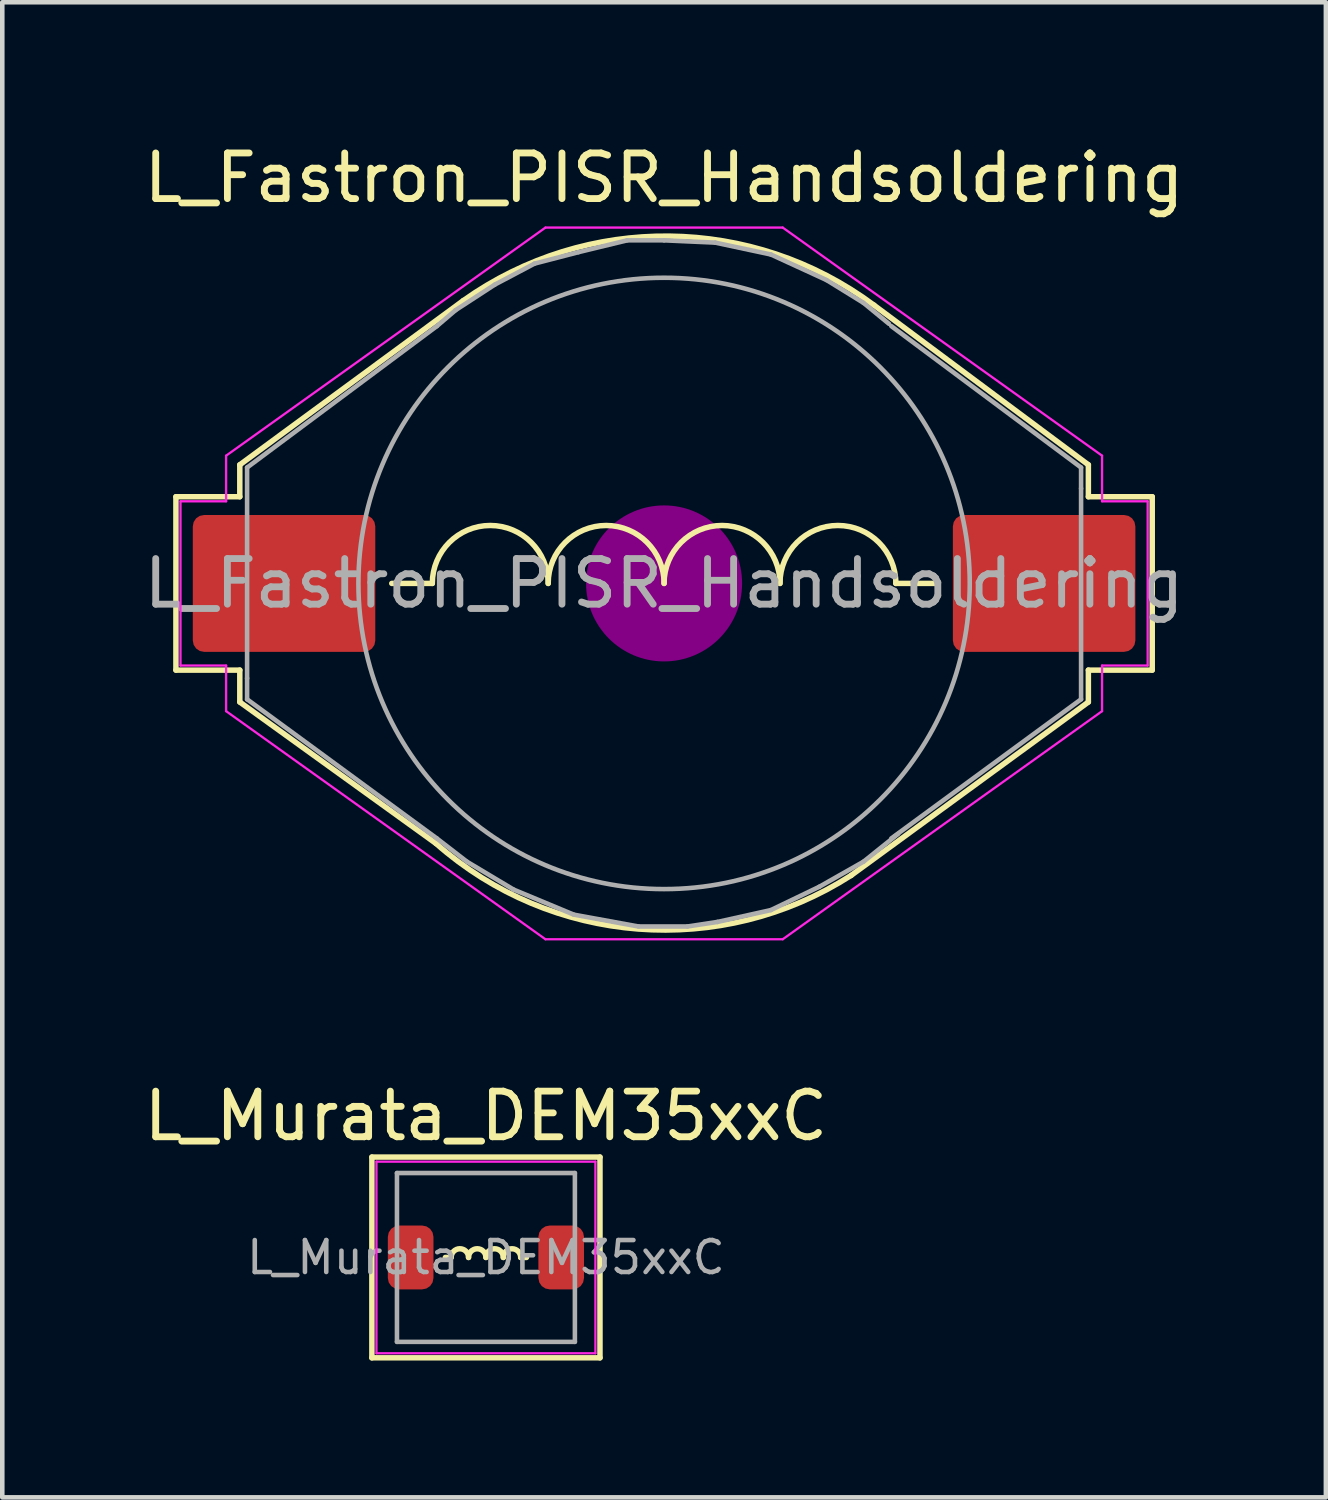
<source format=kicad_pcb>
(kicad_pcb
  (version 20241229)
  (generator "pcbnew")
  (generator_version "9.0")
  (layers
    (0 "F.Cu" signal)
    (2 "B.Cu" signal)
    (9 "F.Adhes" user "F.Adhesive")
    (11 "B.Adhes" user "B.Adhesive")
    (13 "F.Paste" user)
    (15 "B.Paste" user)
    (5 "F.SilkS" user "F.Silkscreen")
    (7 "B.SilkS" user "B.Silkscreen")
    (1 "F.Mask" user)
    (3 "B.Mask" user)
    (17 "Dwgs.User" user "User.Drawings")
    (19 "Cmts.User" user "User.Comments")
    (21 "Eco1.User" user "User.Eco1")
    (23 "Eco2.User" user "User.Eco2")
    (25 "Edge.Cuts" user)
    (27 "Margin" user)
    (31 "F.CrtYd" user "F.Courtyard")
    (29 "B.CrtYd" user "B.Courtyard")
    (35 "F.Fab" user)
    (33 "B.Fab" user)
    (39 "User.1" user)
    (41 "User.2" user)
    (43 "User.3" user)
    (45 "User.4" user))
  (footprint "L_Fastron_PISR_Handsoldering"
    (layer "F.Cu")
    (at 11.506 9.738)
    (property "Reference" "L_Fastron_PISR_Handsoldering" (at 0 -8.89 0) (layer "F.SilkS") (effects (font (size 1 1) (thickness 0.15))))
    (attr smd)
    (fp_line (start -10.7 -1.9) (end -10.7 1.9) (stroke (width 0.12) (type solid)) (layer "F.SilkS"))
    (fp_line (start -10.7 1.9) (end -9.3 1.9) (stroke (width 0.12) (type solid)) (layer "F.SilkS"))
    (fp_line (start -9.3 -2.6) (end -9.3 -1.9) (stroke (width 0.12) (type solid)) (layer "F.SilkS"))
    (fp_line (start -9.3 -2.6) (end -4.4 -6.2) (stroke (width 0.12) (type solid)) (layer "F.SilkS"))
    (fp_line (start -9.3 -1.9) (end -10.7 -1.9) (stroke (width 0.12) (type solid)) (layer "F.SilkS"))
    (fp_line (start -9.3 2.6) (end -9.3 1.9) (stroke (width 0.12) (type solid)) (layer "F.SilkS"))
    (fp_line (start -5.08 0) (end -5.969 0) (stroke (width 0.12) (type solid)) (layer "F.SilkS"))
    (fp_line (start -5 5.7) (end -9.3 2.6) (stroke (width 0.12) (type solid)) (layer "F.SilkS"))
    (fp_line (start 4.1 6.4) (end 9.3 2.6) (stroke (width 0.12) (type solid)) (layer "F.SilkS"))
    (fp_line (start 4.6 -6.1) (end 9.3 -2.6) (stroke (width 0.12) (type solid)) (layer "F.SilkS"))
    (fp_line (start 5.969 0) (end 5.08 0) (stroke (width 0.12) (type solid)) (layer "F.SilkS"))
    (fp_line (start 9.3 -2.6) (end 9.3 -1.9) (stroke (width 0.12) (type solid)) (layer "F.SilkS"))
    (fp_line (start 9.3 -1.9) (end 10.7 -1.9) (stroke (width 0.12) (type solid)) (layer "F.SilkS"))
    (fp_line (start 9.3 2.6) (end 9.3 1.9) (stroke (width 0.12) (type solid)) (layer "F.SilkS"))
    (fp_line (start 10.7 -1.9) (end 10.7 1.9) (stroke (width 0.12) (type solid)) (layer "F.SilkS"))
    (fp_line (start 10.7 1.9) (end 9.3 1.9) (stroke (width 0.12) (type solid)) (layer "F.SilkS"))
    (fp_arc (start -5.08 0) (mid -3.81 -1.27) (end -2.54 0) (stroke (width 0.12) (type solid)) (layer "F.SilkS"))
    (fp_arc (start -4.4 -6.2) (mid 0.116249 -7.612436) (end 4.6 -6.1) (stroke (width 0.12) (type solid)) (layer "F.SilkS"))
    (fp_arc (start -2.54 0) (mid -1.27 -1.27) (end 0 0) (stroke (width 0.12) (type solid)) (layer "F.SilkS"))
    (fp_arc (start 0 0) (mid 1.27 -1.27) (end 2.54 0) (stroke (width 0.12) (type solid)) (layer "F.SilkS"))
    (fp_arc (start 2.54 0) (mid 3.81 -1.27) (end 5.08 0) (stroke (width 0.12) (type solid)) (layer "F.SilkS"))
    (fp_arc (start 4.1 6.4) (mid -0.567351 7.575557) (end -5 5.7) (stroke (width 0.12) (type solid)) (layer "F.SilkS"))
    (fp_line (start 0 -0.25) (end 0 0.25) (stroke (width 0.38) (type solid)) (layer "F.Adhes"))
    (fp_circle (center 0 0) (end 0 0.25) (stroke (width 0.38) (type solid)) (fill no) (layer "F.Adhes"))
    (fp_circle (center 0 0) (end 0 0.51) (stroke (width 0.38) (type solid)) (fill no) (layer "F.Adhes"))
    (fp_circle (center 0 0) (end 0 0.76) (stroke (width 0.38) (type solid)) (fill no) (layer "F.Adhes"))
    (fp_circle (center 0 0) (end 0 1.02) (stroke (width 0.38) (type solid)) (fill no) (layer "F.Adhes"))
    (fp_circle (center 0 0) (end 0 1.27) (stroke (width 0.38) (type solid)) (fill no) (layer "F.Adhes"))
    (fp_circle (center 0 0) (end 0 1.52) (stroke (width 0.38) (type solid)) (fill no) (layer "F.Adhes"))
    (fp_line (start -10.6 -1.8) (end -9.6 -1.8) (stroke (width 0.05) (type solid)) (layer "F.CrtYd"))
    (fp_line (start -10.6 1.8) (end -10.6 -1.8) (stroke (width 0.05) (type solid)) (layer "F.CrtYd"))
    (fp_line (start -9.6 -2.8) (end -2.6 -7.8) (stroke (width 0.05) (type solid)) (layer "F.CrtYd"))
    (fp_line (start -9.6 -1.8) (end -9.6 -2.8) (stroke (width 0.05) (type solid)) (layer "F.CrtYd"))
    (fp_line (start -9.6 1.8) (end -10.6 1.8) (stroke (width 0.05) (type solid)) (layer "F.CrtYd"))
    (fp_line (start -9.6 2.8) (end -9.6 1.8) (stroke (width 0.05) (type solid)) (layer "F.CrtYd"))
    (fp_line (start -2.6 -7.8) (end 2.6 -7.8) (stroke (width 0.05) (type solid)) (layer "F.CrtYd"))
    (fp_line (start -2.6 7.8) (end -9.6 2.8) (stroke (width 0.05) (type solid)) (layer "F.CrtYd"))
    (fp_line (start 2.6 -7.8) (end 9.6 -2.8) (stroke (width 0.05) (type solid)) (layer "F.CrtYd"))
    (fp_line (start 2.6 7.8) (end -2.6 7.8) (stroke (width 0.05) (type solid)) (layer "F.CrtYd"))
    (fp_line (start 9.6 -2.8) (end 9.6 -1.8) (stroke (width 0.05) (type solid)) (layer "F.CrtYd"))
    (fp_line (start 9.6 -1.8) (end 10.6 -1.8) (stroke (width 0.05) (type solid)) (layer "F.CrtYd"))
    (fp_line (start 9.6 1.8) (end 9.6 2.8) (stroke (width 0.05) (type solid)) (layer "F.CrtYd"))
    (fp_line (start 9.6 2.8) (end 2.6 7.8) (stroke (width 0.05) (type solid)) (layer "F.CrtYd"))
    (fp_line (start 10.6 -1.8) (end 10.6 1.8) (stroke (width 0.05) (type solid)) (layer "F.CrtYd"))
    (fp_line (start 10.6 1.8) (end 9.6 1.8) (stroke (width 0.05) (type solid)) (layer "F.CrtYd"))
    (fp_line (start -9.14 -2.54) (end -4.98 -5.64) (stroke (width 0.1) (type solid)) (layer "F.Fab"))
    (fp_line (start -9.14 2.08) (end -9.14 -2.54) (stroke (width 0.1) (type solid)) (layer "F.Fab"))
    (fp_line (start -9.14 2.08) (end -9.14 2.54) (stroke (width 0.1) (type solid)) (layer "F.Fab"))
    (fp_line (start -9.14 2.54) (end -4.98 5.59) (stroke (width 0.1) (type solid)) (layer "F.Fab"))
    (fp_line (start -4.98 -5.64) (end -4.57 -5.99) (stroke (width 0.1) (type solid)) (layer "F.Fab"))
    (fp_line (start -4.98 5.59) (end -4.32 6.1) (stroke (width 0.1) (type solid)) (layer "F.Fab"))
    (fp_line (start -4.57 -5.99) (end -3.71 -6.55) (stroke (width 0.1) (type solid)) (layer "F.Fab"))
    (fp_line (start -4.32 6.1) (end -3.3 6.71) (stroke (width 0.1) (type solid)) (layer "F.Fab"))
    (fp_line (start -3.71 -6.55) (end -2.84 -7.01) (stroke (width 0.1) (type solid)) (layer "F.Fab"))
    (fp_line (start -3.3 6.71) (end -1.98 7.26) (stroke (width 0.1) (type solid)) (layer "F.Fab"))
    (fp_line (start -2.84 -7.01) (end -1.88 -7.26) (stroke (width 0.1) (type solid)) (layer "F.Fab"))
    (fp_line (start -1.98 7.26) (end -0.56 7.52) (stroke (width 0.1) (type solid)) (layer "F.Fab"))
    (fp_line (start -1.88 -7.26) (end -0.81 -7.52) (stroke (width 0.1) (type solid)) (layer "F.Fab"))
    (fp_line (start -0.81 -7.52) (end 0 -7.52) (stroke (width 0.1) (type solid)) (layer "F.Fab"))
    (fp_line (start -0.56 7.52) (end 0.51 7.52) (stroke (width 0.1) (type solid)) (layer "F.Fab"))
    (fp_line (start 0 -7.52) (end 1.12 -7.47) (stroke (width 0.1) (type solid)) (layer "F.Fab"))
    (fp_line (start 0.51 7.52) (end 1.17 7.42) (stroke (width 0.1) (type solid)) (layer "F.Fab"))
    (fp_line (start 1.12 -7.47) (end 2.34 -7.21) (stroke (width 0.1) (type solid)) (layer "F.Fab"))
    (fp_line (start 1.17 7.42) (end 2.34 7.16) (stroke (width 0.1) (type solid)) (layer "F.Fab"))
    (fp_line (start 2.34 -7.21) (end 3.56 -6.65) (stroke (width 0.1) (type solid)) (layer "F.Fab"))
    (fp_line (start 2.34 7.16) (end 3.4 6.65) (stroke (width 0.1) (type solid)) (layer "F.Fab"))
    (fp_line (start 3.4 6.65) (end 4.37 6.1) (stroke (width 0.1) (type solid)) (layer "F.Fab"))
    (fp_line (start 3.56 -6.65) (end 4.37 -6.15) (stroke (width 0.1) (type solid)) (layer "F.Fab"))
    (fp_line (start 4.37 -6.15) (end 4.93 -5.69) (stroke (width 0.1) (type solid)) (layer "F.Fab"))
    (fp_line (start 4.37 6.1) (end 5.13 5.49) (stroke (width 0.1) (type solid)) (layer "F.Fab"))
    (fp_line (start 9.14 -2.54) (end 4.98 -5.64) (stroke (width 0.1) (type solid)) (layer "F.Fab"))
    (fp_line (start 9.14 -2.08) (end 9.14 -2.54) (stroke (width 0.1) (type solid)) (layer "F.Fab"))
    (fp_line (start 9.14 -2.08) (end 9.14 2.54) (stroke (width 0.1) (type solid)) (layer "F.Fab"))
    (fp_line (start 9.14 2.54) (end 4.98 5.59) (stroke (width 0.1) (type solid)) (layer "F.Fab"))
    (fp_circle (center 0 0) (end 6.7 0) (stroke (width 0.1) (type solid)) (fill no) (layer "F.Fab"))
    (fp_text user "${REFERENCE}" (at 0 0 0) (layer "F.Fab") (effects (font (size 1 1) (thickness 0.15))))
    (pad "1" smd roundrect (at 8.33 0) (size 4 3) (layers "F.Cu" "F.Mask" "F.Paste") (roundrect_rratio 0.083))
    (pad "2" smd roundrect (at -8.33 0) (size 4 3) (layers "F.Cu" "F.Mask" "F.Paste") (roundrect_rratio 0.083)))
  (footprint "L_Murata_DEM35xxC"
    (layer "F.Cu")
    (at 7.601 24.512)
    (property "Reference" "L_Murata_DEM35xxC" (at 0 -3.1 0) (layer "F.SilkS") (effects (font (size 1 1) (thickness 0.15))))
    (attr smd)
    (fp_line (start -2.5 -2.2) (end -2.5 2.2) (stroke (width 0.12) (type solid)) (layer "F.SilkS"))
    (fp_line (start -2.5 2.2) (end 2.5 2.2) (stroke (width 0.12) (type solid)) (layer "F.SilkS"))
    (fp_line (start -0.762 0) (end -0.889 0) (stroke (width 0.12) (type solid)) (layer "F.SilkS"))
    (fp_line (start 0.762 0) (end 0.889 0) (stroke (width 0.12) (type solid)) (layer "F.SilkS"))
    (fp_line (start 2.5 -2.2) (end -2.5 -2.2) (stroke (width 0.12) (type solid)) (layer "F.SilkS"))
    (fp_line (start 2.5 2.2) (end 2.5 -2.2) (stroke (width 0.12) (type solid)) (layer "F.SilkS"))
    (fp_arc (start -0.762 0) (mid -0.5715 -0.1905) (end -0.381 0) (stroke (width 0.12) (type solid)) (layer "F.SilkS"))
    (fp_arc (start -0.381 0) (mid -0.1905 -0.1905) (end 0 0) (stroke (width 0.12) (type solid)) (layer "F.SilkS"))
    (fp_arc (start 0 0) (mid 0.1905 -0.1905) (end 0.381 0) (stroke (width 0.12) (type solid)) (layer "F.SilkS"))
    (fp_arc (start 0.381 0) (mid 0.5715 -0.1905) (end 0.762 0) (stroke (width 0.12) (type solid)) (layer "F.SilkS"))
    (fp_line (start -2.4 -2.1) (end -2.4 2.1) (stroke (width 0.05) (type solid)) (layer "F.CrtYd"))
    (fp_line (start -2.4 2.1) (end 2.4 2.1) (stroke (width 0.05) (type solid)) (layer "F.CrtYd"))
    (fp_line (start 2.4 -2.1) (end -2.4 -2.1) (stroke (width 0.05) (type solid)) (layer "F.CrtYd"))
    (fp_line (start 2.4 2.1) (end 2.4 -2.1) (stroke (width 0.05) (type solid)) (layer "F.CrtYd"))
    (fp_line (start -1.95 -1.85) (end 1.95 -1.85) (stroke (width 0.1) (type solid)) (layer "F.Fab"))
    (fp_line (start -1.95 1.85) (end -1.95 -1.85) (stroke (width 0.1) (type solid)) (layer "F.Fab"))
    (fp_line (start 1.95 -1.85) (end 1.95 1.85) (stroke (width 0.1) (type solid)) (layer "F.Fab"))
    (fp_line (start 1.95 1.85) (end -1.95 1.85) (stroke (width 0.1) (type solid)) (layer "F.Fab"))
    (fp_text user "${REFERENCE}" (at 0 0 0) (layer "F.Fab") (effects (font (size 0.7 0.7) (thickness 0.1))))
    (pad "1" smd roundrect (at -1.65 0) (size 1 1.4) (layers "F.Cu" "F.Mask" "F.Paste") (roundrect_rratio 0.25))
    (pad "2" smd roundrect (at 1.65 0) (size 1 1.4) (layers "F.Cu" "F.Mask" "F.Paste") (roundrect_rratio 0.25)))
  (gr_rect
    (start -3 -3)
    (end 26.012 29.771)
    (stroke (width 0.1) (type default))
    (fill no)
    (layer "Edge.Cuts")))
</source>
